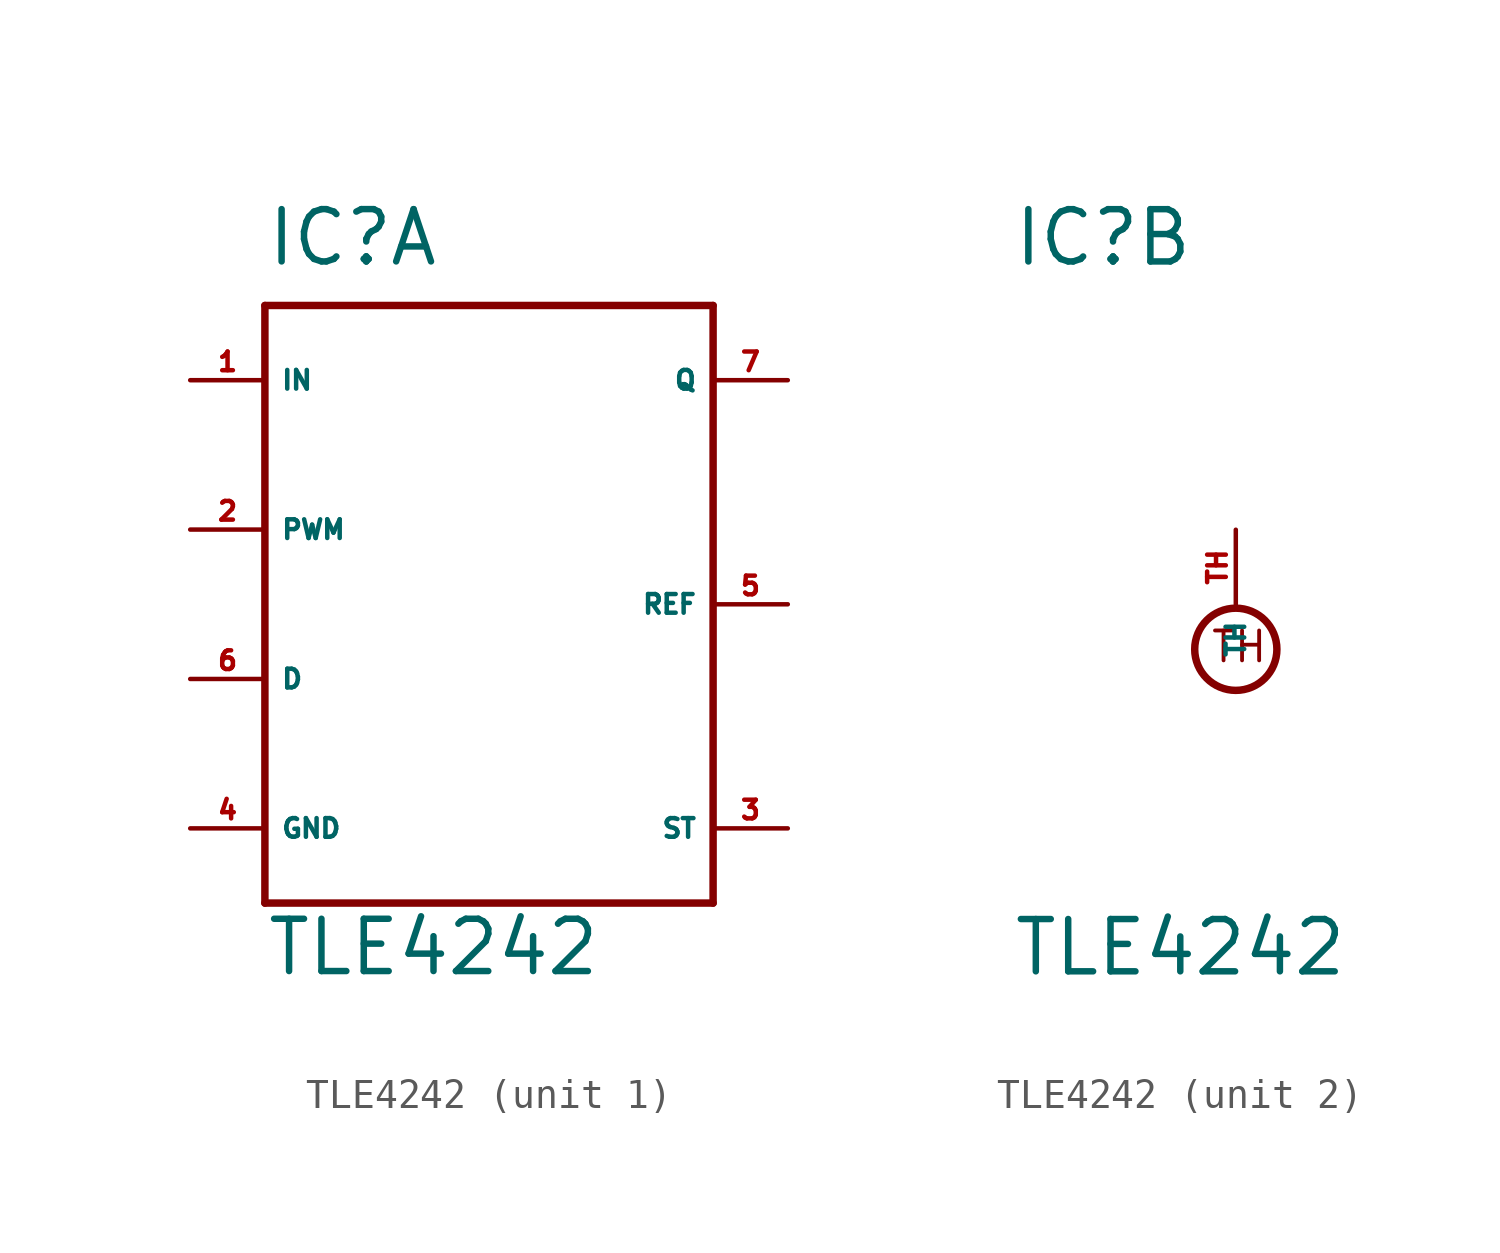
<source format=kicad_sym>
(kicad_symbol_lib
  (version 20220914)
  (generator kicad_symbol_editor)
  (symbol "TLE4242"
    (property "Reference" "IC"
      (at -7.62 11.43 0)
      (effects (font (size 1.778 1.778) (thickness 0.22)) (justify left bottom)))
    (property "Value" "TLE4242"
      (at -7.62 -12.7 0)
      (effects (font (size 1.778 1.778) (thickness 0.22)) (justify left bottom)))
    (symbol "TLE4242_1_0"
      (polyline (pts (xy -7.62 -10.16) (xy -7.62 10.16)) (stroke (width 0.254) (type default)) (fill (type none)))
      (polyline (pts (xy -7.62 10.16) (xy 7.62 10.16)) (stroke (width 0.254) (type default)) (fill (type none)))
      (polyline (pts (xy 7.62 -10.16) (xy -7.62 -10.16)) (stroke (width 0.254) (type default)) (fill (type none)))
      (polyline (pts (xy 7.62 10.16) (xy 7.62 -10.16)) (stroke (width 0.254) (type default)) (fill (type none)))
      (pin input line (at -10.16 7.62 0) (length 2.54) (name "IN" (effects (font (size 0.635 0.635)))) (number "1" (effects (font (size 0.635 0.635)))))
      (pin input line (at -10.16 2.54 0) (length 2.54) (name "PWM" (effects (font (size 0.635 0.635)))) (number "2" (effects (font (size 0.635 0.635)))))
      (pin open_collector line (at 10.16 -7.62 180) (length 2.54) (name "ST" (effects (font (size 0.635 0.635)))) (number "3" (effects (font (size 0.635 0.635)))))
      (pin unspecified line (at -10.16 -7.62 0) (length 2.54) (name "GND" (effects (font (size 0.635 0.635)))) (number "4" (effects (font (size 0.635 0.635)))))
      (pin input line (at 10.16 0 180) (length 2.54) (name "REF" (effects (font (size 0.635 0.635)))) (number "5" (effects (font (size 0.635 0.635)))))
      (pin passive line (at -10.16 -2.54 0) (length 2.54) (name "D" (effects (font (size 0.635 0.635)))) (number "6" (effects (font (size 0.635 0.635)))))
      (pin output line (at 10.16 7.62 180) (length 2.54) (name "Q" (effects (font (size 0.635 0.635)))) (number "7" (effects (font (size 0.635 0.635))))))
    (symbol "TLE4242_2_0"
      (circle (center 0 -1.524) (radius 1.397) (stroke (width 0.254) (type default)) (fill (type none)))
      (text "TH" (at -0.889 -2.032 0) (effects (font (size 1.016 1.016) (thickness 0.13)) (justify left bottom)))
      (pin passive line (at 0 2.54 270) (length 2.54) (name "TH" (effects (font (size 0.635 0.635)))) (number "TH" (effects (font (size 0.635 0.635))))))))
</source>
